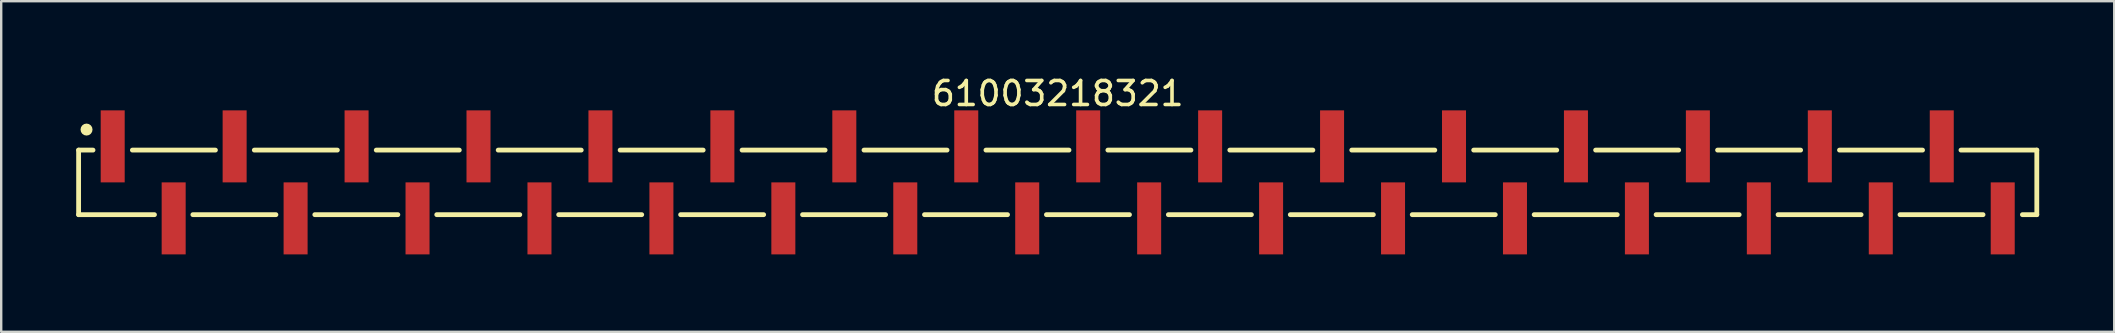
<source format=kicad_pcb>
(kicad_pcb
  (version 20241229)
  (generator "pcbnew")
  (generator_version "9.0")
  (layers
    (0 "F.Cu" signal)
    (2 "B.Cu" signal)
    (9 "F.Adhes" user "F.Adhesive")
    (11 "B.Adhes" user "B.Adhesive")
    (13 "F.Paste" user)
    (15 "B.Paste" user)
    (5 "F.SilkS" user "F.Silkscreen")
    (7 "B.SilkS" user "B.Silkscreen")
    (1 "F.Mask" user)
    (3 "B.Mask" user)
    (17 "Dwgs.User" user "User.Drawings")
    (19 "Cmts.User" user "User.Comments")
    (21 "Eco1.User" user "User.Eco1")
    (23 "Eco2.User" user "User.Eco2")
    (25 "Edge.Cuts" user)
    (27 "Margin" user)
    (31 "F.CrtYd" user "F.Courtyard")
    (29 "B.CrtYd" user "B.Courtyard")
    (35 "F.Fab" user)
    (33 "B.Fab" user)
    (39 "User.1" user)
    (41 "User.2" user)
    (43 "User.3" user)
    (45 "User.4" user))
  (footprint "61003218321"
    (layer "F.Cu")
    (at 41.015 4.548)
    (property "Reference" "61003218321" (at 0 -3.7 0) (layer "F.SilkS") (effects (font (size 1 1) (thickness 0.15))))
    (fp_line (start -40.79 -1.345) (end -40.19 -1.345) (stroke (width 0.2) (type solid)) (layer "F.SilkS"))
    (fp_line (start -40.79 1.345) (end -40.79 -1.345) (stroke (width 0.2) (type solid)) (layer "F.SilkS"))
    (fp_line (start -40.79 1.345) (end -37.63 1.345) (stroke (width 0.2) (type solid)) (layer "F.SilkS"))
    (fp_line (start -38.55 -1.345) (end -35.09 -1.345) (stroke (width 0.2) (type solid)) (layer "F.SilkS"))
    (fp_line (start -36.03 1.345) (end -32.57 1.345) (stroke (width 0.2) (type solid)) (layer "F.SilkS"))
    (fp_line (start -33.47 -1.345) (end -30.01 -1.345) (stroke (width 0.2) (type solid)) (layer "F.SilkS"))
    (fp_line (start -30.95 1.345) (end -27.49 1.345) (stroke (width 0.2) (type solid)) (layer "F.SilkS"))
    (fp_line (start -28.39 -1.345) (end -24.93 -1.345) (stroke (width 0.2) (type solid)) (layer "F.SilkS"))
    (fp_line (start -25.87 1.345) (end -22.41 1.345) (stroke (width 0.2) (type solid)) (layer "F.SilkS"))
    (fp_line (start -23.31 -1.345) (end -19.85 -1.345) (stroke (width 0.2) (type solid)) (layer "F.SilkS"))
    (fp_line (start -20.79 1.345) (end -17.33 1.345) (stroke (width 0.2) (type solid)) (layer "F.SilkS"))
    (fp_line (start -18.23 -1.345) (end -14.77 -1.345) (stroke (width 0.2) (type solid)) (layer "F.SilkS"))
    (fp_line (start -15.71 1.345) (end -12.25 1.345) (stroke (width 0.2) (type solid)) (layer "F.SilkS"))
    (fp_line (start -13.15 -1.345) (end -9.69 -1.345) (stroke (width 0.2) (type solid)) (layer "F.SilkS"))
    (fp_line (start -10.63 1.345) (end -7.17 1.345) (stroke (width 0.2) (type solid)) (layer "F.SilkS"))
    (fp_line (start -8.07 -1.345) (end -4.61 -1.345) (stroke (width 0.2) (type solid)) (layer "F.SilkS"))
    (fp_line (start -5.55 1.345) (end -2.09 1.345) (stroke (width 0.2) (type solid)) (layer "F.SilkS"))
    (fp_line (start -2.99 -1.345) (end 0.47 -1.345) (stroke (width 0.2) (type solid)) (layer "F.SilkS"))
    (fp_line (start -0.47 1.345) (end 2.99 1.345) (stroke (width 0.2) (type solid)) (layer "F.SilkS"))
    (fp_line (start 2.09 -1.345) (end 5.55 -1.345) (stroke (width 0.2) (type solid)) (layer "F.SilkS"))
    (fp_line (start 4.61 1.345) (end 8.07 1.345) (stroke (width 0.2) (type solid)) (layer "F.SilkS"))
    (fp_line (start 7.17 -1.345) (end 10.63 -1.345) (stroke (width 0.2) (type solid)) (layer "F.SilkS"))
    (fp_line (start 9.69 1.345) (end 13.15 1.345) (stroke (width 0.2) (type solid)) (layer "F.SilkS"))
    (fp_line (start 12.25 -1.345) (end 15.71 -1.345) (stroke (width 0.2) (type solid)) (layer "F.SilkS"))
    (fp_line (start 14.77 1.345) (end 18.23 1.345) (stroke (width 0.2) (type solid)) (layer "F.SilkS"))
    (fp_line (start 17.33 -1.345) (end 20.79 -1.345) (stroke (width 0.2) (type solid)) (layer "F.SilkS"))
    (fp_line (start 19.85 1.345) (end 23.31 1.345) (stroke (width 0.2) (type solid)) (layer "F.SilkS"))
    (fp_line (start 22.41 -1.345) (end 25.87 -1.345) (stroke (width 0.2) (type solid)) (layer "F.SilkS"))
    (fp_line (start 24.93 1.345) (end 28.39 1.345) (stroke (width 0.2) (type solid)) (layer "F.SilkS"))
    (fp_line (start 27.49 -1.345) (end 30.95 -1.345) (stroke (width 0.2) (type solid)) (layer "F.SilkS"))
    (fp_line (start 30.01 1.345) (end 33.47 1.345) (stroke (width 0.2) (type solid)) (layer "F.SilkS"))
    (fp_line (start 32.57 -1.345) (end 36.03 -1.345) (stroke (width 0.2) (type solid)) (layer "F.SilkS"))
    (fp_line (start 35.09 1.345) (end 38.55 1.345) (stroke (width 0.2) (type solid)) (layer "F.SilkS"))
    (fp_line (start 37.63 -1.345) (end 40.79 -1.345) (stroke (width 0.2) (type solid)) (layer "F.SilkS"))
    (fp_line (start 40.19 1.345) (end 40.79 1.345) (stroke (width 0.2) (type solid)) (layer "F.SilkS"))
    (fp_line (start 40.79 1.345) (end 40.79 -1.345) (stroke (width 0.2) (type solid)) (layer "F.SilkS"))
    (fp_circle (center -40.46 -2.2) (end -40.46 -2.325) (stroke (width 0.25) (type solid)) (fill no) (layer "F.SilkS"))
    (fp_line (start -40.99 -3.2) (end 40.99 -3.2) (stroke (width 0.05) (type solid)) (layer "Eco2.User"))
    (fp_line (start -40.99 3.2) (end -40.99 -3.2) (stroke (width 0.05) (type solid)) (layer "Eco2.User"))
    (fp_line (start -40.99 3.2) (end 40.99 3.2) (stroke (width 0.05) (type solid)) (layer "Eco2.User"))
    (fp_line (start -40.64 -1.27) (end 40.64 -1.27) (stroke (width 0.1) (type solid)) (layer "Eco2.User"))
    (fp_line (start -40.64 1.27) (end -40.64 -1.27) (stroke (width 0.1) (type solid)) (layer "Eco2.User"))
    (fp_line (start -40.64 1.27) (end 40.64 1.27) (stroke (width 0.1) (type solid)) (layer "Eco2.User"))
    (fp_line (start -39.69 -2.5) (end -39.05 -2.5) (stroke (width 0.1) (type solid)) (layer "Eco2.User"))
    (fp_line (start -39.69 -1.27) (end -39.69 -2.5) (stroke (width 0.1) (type solid)) (layer "Eco2.User"))
    (fp_line (start -39.05 -1.27) (end -39.05 -2.5) (stroke (width 0.1) (type solid)) (layer "Eco2.User"))
    (fp_line (start -37.15 2.5) (end -37.15 1.27) (stroke (width 0.1) (type solid)) (layer "Eco2.User"))
    (fp_line (start -37.15 2.5) (end -36.51 2.5) (stroke (width 0.1) (type solid)) (layer "Eco2.User"))
    (fp_line (start -36.51 2.5) (end -36.51 1.27) (stroke (width 0.1) (type solid)) (layer "Eco2.User"))
    (fp_line (start -34.61 -2.5) (end -33.97 -2.5) (stroke (width 0.1) (type solid)) (layer "Eco2.User"))
    (fp_line (start -34.61 -1.27) (end -34.61 -2.5) (stroke (width 0.1) (type solid)) (layer "Eco2.User"))
    (fp_line (start -33.97 -1.27) (end -33.97 -2.5) (stroke (width 0.1) (type solid)) (layer "Eco2.User"))
    (fp_line (start -32.07 2.5) (end -32.07 1.27) (stroke (width 0.1) (type solid)) (layer "Eco2.User"))
    (fp_line (start -32.07 2.5) (end -31.43 2.5) (stroke (width 0.1) (type solid)) (layer "Eco2.User"))
    (fp_line (start -31.43 2.5) (end -31.43 1.27) (stroke (width 0.1) (type solid)) (layer "Eco2.User"))
    (fp_line (start -29.53 -2.5) (end -28.89 -2.5) (stroke (width 0.1) (type solid)) (layer "Eco2.User"))
    (fp_line (start -29.53 -1.27) (end -29.53 -2.5) (stroke (width 0.1) (type solid)) (layer "Eco2.User"))
    (fp_line (start -28.89 -1.27) (end -28.89 -2.5) (stroke (width 0.1) (type solid)) (layer "Eco2.User"))
    (fp_line (start -26.99 2.5) (end -26.99 1.27) (stroke (width 0.1) (type solid)) (layer "Eco2.User"))
    (fp_line (start -26.99 2.5) (end -26.35 2.5) (stroke (width 0.1) (type solid)) (layer "Eco2.User"))
    (fp_line (start -26.35 2.5) (end -26.35 1.27) (stroke (width 0.1) (type solid)) (layer "Eco2.User"))
    (fp_line (start -24.45 -2.5) (end -23.81 -2.5) (stroke (width 0.1) (type solid)) (layer "Eco2.User"))
    (fp_line (start -24.45 -1.27) (end -24.45 -2.5) (stroke (width 0.1) (type solid)) (layer "Eco2.User"))
    (fp_line (start -23.81 -1.27) (end -23.81 -2.5) (stroke (width 0.1) (type solid)) (layer "Eco2.User"))
    (fp_line (start -21.91 2.5) (end -21.91 1.27) (stroke (width 0.1) (type solid)) (layer "Eco2.User"))
    (fp_line (start -21.91 2.5) (end -21.27 2.5) (stroke (width 0.1) (type solid)) (layer "Eco2.User"))
    (fp_line (start -21.27 2.5) (end -21.27 1.27) (stroke (width 0.1) (type solid)) (layer "Eco2.User"))
    (fp_line (start -19.37 -2.5) (end -18.73 -2.5) (stroke (width 0.1) (type solid)) (layer "Eco2.User"))
    (fp_line (start -19.37 -1.27) (end -19.37 -2.5) (stroke (width 0.1) (type solid)) (layer "Eco2.User"))
    (fp_line (start -18.73 -1.27) (end -18.73 -2.5) (stroke (width 0.1) (type solid)) (layer "Eco2.User"))
    (fp_line (start -16.83 2.5) (end -16.83 1.27) (stroke (width 0.1) (type solid)) (layer "Eco2.User"))
    (fp_line (start -16.83 2.5) (end -16.19 2.5) (stroke (width 0.1) (type solid)) (layer "Eco2.User"))
    (fp_line (start -16.19 2.5) (end -16.19 1.27) (stroke (width 0.1) (type solid)) (layer "Eco2.User"))
    (fp_line (start -14.29 -2.5) (end -13.65 -2.5) (stroke (width 0.1) (type solid)) (layer "Eco2.User"))
    (fp_line (start -14.29 -1.27) (end -14.29 -2.5) (stroke (width 0.1) (type solid)) (layer "Eco2.User"))
    (fp_line (start -13.65 -1.27) (end -13.65 -2.5) (stroke (width 0.1) (type solid)) (layer "Eco2.User"))
    (fp_line (start -11.75 2.5) (end -11.75 1.27) (stroke (width 0.1) (type solid)) (layer "Eco2.User"))
    (fp_line (start -11.75 2.5) (end -11.11 2.5) (stroke (width 0.1) (type solid)) (layer "Eco2.User"))
    (fp_line (start -11.11 2.5) (end -11.11 1.27) (stroke (width 0.1) (type solid)) (layer "Eco2.User"))
    (fp_line (start -9.21 -2.5) (end -8.57 -2.5) (stroke (width 0.1) (type solid)) (layer "Eco2.User"))
    (fp_line (start -9.21 -1.27) (end -9.21 -2.5) (stroke (width 0.1) (type solid)) (layer "Eco2.User"))
    (fp_line (start -8.57 -1.27) (end -8.57 -2.5) (stroke (width 0.1) (type solid)) (layer "Eco2.User"))
    (fp_line (start -6.67 2.5) (end -6.67 1.27) (stroke (width 0.1) (type solid)) (layer "Eco2.User"))
    (fp_line (start -6.67 2.5) (end -6.03 2.5) (stroke (width 0.1) (type solid)) (layer "Eco2.User"))
    (fp_line (start -6.03 2.5) (end -6.03 1.27) (stroke (width 0.1) (type solid)) (layer "Eco2.User"))
    (fp_line (start -4.13 -2.5) (end -3.49 -2.5) (stroke (width 0.1) (type solid)) (layer "Eco2.User"))
    (fp_line (start -4.13 -1.27) (end -4.13 -2.5) (stroke (width 0.1) (type solid)) (layer "Eco2.User"))
    (fp_line (start -3.49 -1.27) (end -3.49 -2.5) (stroke (width 0.1) (type solid)) (layer "Eco2.User"))
    (fp_line (start -1.59 2.5) (end -1.59 1.27) (stroke (width 0.1) (type solid)) (layer "Eco2.User"))
    (fp_line (start -1.59 2.5) (end -0.95 2.5) (stroke (width 0.1) (type solid)) (layer "Eco2.User"))
    (fp_line (start -0.95 2.5) (end -0.95 1.27) (stroke (width 0.1) (type solid)) (layer "Eco2.User"))
    (fp_line (start -0.5 0) (end 0.5 0) (stroke (width 0.05) (type solid)) (layer "Eco2.User"))
    (fp_line (start 0 0.5) (end 0 -0.5) (stroke (width 0.05) (type solid)) (layer "Eco2.User"))
    (fp_line (start 0.95 -2.5) (end 1.59 -2.5) (stroke (width 0.1) (type solid)) (layer "Eco2.User"))
    (fp_line (start 0.95 -1.27) (end 0.95 -2.5) (stroke (width 0.1) (type solid)) (layer "Eco2.User"))
    (fp_line (start 1.59 -1.27) (end 1.59 -2.5) (stroke (width 0.1) (type solid)) (layer "Eco2.User"))
    (fp_line (start 3.49 2.5) (end 3.49 1.27) (stroke (width 0.1) (type solid)) (layer "Eco2.User"))
    (fp_line (start 3.49 2.5) (end 4.13 2.5) (stroke (width 0.1) (type solid)) (layer "Eco2.User"))
    (fp_line (start 4.13 2.5) (end 4.13 1.27) (stroke (width 0.1) (type solid)) (layer "Eco2.User"))
    (fp_line (start 6.03 -2.5) (end 6.67 -2.5) (stroke (width 0.1) (type solid)) (layer "Eco2.User"))
    (fp_line (start 6.03 -1.27) (end 6.03 -2.5) (stroke (width 0.1) (type solid)) (layer "Eco2.User"))
    (fp_line (start 6.67 -1.27) (end 6.67 -2.5) (stroke (width 0.1) (type solid)) (layer "Eco2.User"))
    (fp_line (start 8.57 2.5) (end 8.57 1.27) (stroke (width 0.1) (type solid)) (layer "Eco2.User"))
    (fp_line (start 8.57 2.5) (end 9.21 2.5) (stroke (width 0.1) (type solid)) (layer "Eco2.User"))
    (fp_line (start 9.21 2.5) (end 9.21 1.27) (stroke (width 0.1) (type solid)) (layer "Eco2.User"))
    (fp_line (start 11.11 -2.5) (end 11.75 -2.5) (stroke (width 0.1) (type solid)) (layer "Eco2.User"))
    (fp_line (start 11.11 -1.27) (end 11.11 -2.5) (stroke (width 0.1) (type solid)) (layer "Eco2.User"))
    (fp_line (start 11.75 -1.27) (end 11.75 -2.5) (stroke (width 0.1) (type solid)) (layer "Eco2.User"))
    (fp_line (start 13.65 2.5) (end 13.65 1.27) (stroke (width 0.1) (type solid)) (layer "Eco2.User"))
    (fp_line (start 13.65 2.5) (end 14.29 2.5) (stroke (width 0.1) (type solid)) (layer "Eco2.User"))
    (fp_line (start 14.29 2.5) (end 14.29 1.27) (stroke (width 0.1) (type solid)) (layer "Eco2.User"))
    (fp_line (start 16.19 -2.5) (end 16.83 -2.5) (stroke (width 0.1) (type solid)) (layer "Eco2.User"))
    (fp_line (start 16.19 -1.27) (end 16.19 -2.5) (stroke (width 0.1) (type solid)) (layer "Eco2.User"))
    (fp_line (start 16.83 -1.27) (end 16.83 -2.5) (stroke (width 0.1) (type solid)) (layer "Eco2.User"))
    (fp_line (start 18.73 2.5) (end 18.73 1.27) (stroke (width 0.1) (type solid)) (layer "Eco2.User"))
    (fp_line (start 18.73 2.5) (end 19.37 2.5) (stroke (width 0.1) (type solid)) (layer "Eco2.User"))
    (fp_line (start 19.37 2.5) (end 19.37 1.27) (stroke (width 0.1) (type solid)) (layer "Eco2.User"))
    (fp_line (start 21.27 -2.5) (end 21.91 -2.5) (stroke (width 0.1) (type solid)) (layer "Eco2.User"))
    (fp_line (start 21.27 -1.27) (end 21.27 -2.5) (stroke (width 0.1) (type solid)) (layer "Eco2.User"))
    (fp_line (start 21.91 -1.27) (end 21.91 -2.5) (stroke (width 0.1) (type solid)) (layer "Eco2.User"))
    (fp_line (start 23.81 2.5) (end 23.81 1.27) (stroke (width 0.1) (type solid)) (layer "Eco2.User"))
    (fp_line (start 23.81 2.5) (end 24.45 2.5) (stroke (width 0.1) (type solid)) (layer "Eco2.User"))
    (fp_line (start 24.45 2.5) (end 24.45 1.27) (stroke (width 0.1) (type solid)) (layer "Eco2.User"))
    (fp_line (start 26.35 -2.5) (end 26.99 -2.5) (stroke (width 0.1) (type solid)) (layer "Eco2.User"))
    (fp_line (start 26.35 -1.27) (end 26.35 -2.5) (stroke (width 0.1) (type solid)) (layer "Eco2.User"))
    (fp_line (start 26.99 -1.27) (end 26.99 -2.5) (stroke (width 0.1) (type solid)) (layer "Eco2.User"))
    (fp_line (start 28.89 2.5) (end 28.89 1.27) (stroke (width 0.1) (type solid)) (layer "Eco2.User"))
    (fp_line (start 28.89 2.5) (end 29.53 2.5) (stroke (width 0.1) (type solid)) (layer "Eco2.User"))
    (fp_line (start 29.53 2.5) (end 29.53 1.27) (stroke (width 0.1) (type solid)) (layer "Eco2.User"))
    (fp_line (start 31.43 -2.5) (end 32.07 -2.5) (stroke (width 0.1) (type solid)) (layer "Eco2.User"))
    (fp_line (start 31.43 -1.27) (end 31.43 -2.5) (stroke (width 0.1) (type solid)) (layer "Eco2.User"))
    (fp_line (start 32.07 -1.27) (end 32.07 -2.5) (stroke (width 0.1) (type solid)) (layer "Eco2.User"))
    (fp_line (start 33.97 2.5) (end 33.97 1.27) (stroke (width 0.1) (type solid)) (layer "Eco2.User"))
    (fp_line (start 33.97 2.5) (end 34.61 2.5) (stroke (width 0.1) (type solid)) (layer "Eco2.User"))
    (fp_line (start 34.61 2.5) (end 34.61 1.27) (stroke (width 0.1) (type solid)) (layer "Eco2.User"))
    (fp_line (start 36.51 -2.5) (end 37.15 -2.5) (stroke (width 0.1) (type solid)) (layer "Eco2.User"))
    (fp_line (start 36.51 -1.27) (end 36.51 -2.5) (stroke (width 0.1) (type solid)) (layer "Eco2.User"))
    (fp_line (start 37.15 -1.27) (end 37.15 -2.5) (stroke (width 0.1) (type solid)) (layer "Eco2.User"))
    (fp_line (start 39.05 2.5) (end 39.05 1.27) (stroke (width 0.1) (type solid)) (layer "Eco2.User"))
    (fp_line (start 39.05 2.5) (end 39.69 2.5) (stroke (width 0.1) (type solid)) (layer "Eco2.User"))
    (fp_line (start 39.69 2.5) (end 39.69 1.27) (stroke (width 0.1) (type solid)) (layer "Eco2.User"))
    (fp_line (start 40.64 1.27) (end 40.64 -1.27) (stroke (width 0.1) (type solid)) (layer "Eco2.User"))
    (fp_line (start 40.99 3.2) (end 40.99 -3.2) (stroke (width 0.05) (type solid)) (layer "Eco2.User"))
    (fp_text user "${REFERENCE}" (at 0.15 -0.197 0) (unlocked yes) (layer "User.3") (effects (font (size 1.5 1.5) (thickness 0.15))))
    (pad "1" smd rect (at -39.37 -1.5) (size 1 3) (layers "F.Cu" "F.Mask" "F.Paste"))
    (pad "2" smd rect (at -36.83 1.5) (size 1 3) (layers "F.Cu" "F.Mask" "F.Paste"))
    (pad "3" smd rect (at -34.29 -1.5) (size 1 3) (layers "F.Cu" "F.Mask" "F.Paste"))
    (pad "4" smd rect (at -31.75 1.5) (size 1 3) (layers "F.Cu" "F.Mask" "F.Paste"))
    (pad "5" smd rect (at -29.21 -1.5) (size 1 3) (layers "F.Cu" "F.Mask" "F.Paste"))
    (pad "6" smd rect (at -26.67 1.5) (size 1 3) (layers "F.Cu" "F.Mask" "F.Paste"))
    (pad "7" smd rect (at -24.13 -1.5) (size 1 3) (layers "F.Cu" "F.Mask" "F.Paste"))
    (pad "8" smd rect (at -21.59 1.5) (size 1 3) (layers "F.Cu" "F.Mask" "F.Paste"))
    (pad "9" smd rect (at -19.05 -1.5) (size 1 3) (layers "F.Cu" "F.Mask" "F.Paste"))
    (pad "10" smd rect (at -16.51 1.5) (size 1 3) (layers "F.Cu" "F.Mask" "F.Paste"))
    (pad "11" smd rect (at -13.97 -1.5) (size 1 3) (layers "F.Cu" "F.Mask" "F.Paste"))
    (pad "12" smd rect (at -11.43 1.5) (size 1 3) (layers "F.Cu" "F.Mask" "F.Paste"))
    (pad "13" smd rect (at -8.89 -1.5) (size 1 3) (layers "F.Cu" "F.Mask" "F.Paste"))
    (pad "14" smd rect (at -6.35 1.5) (size 1 3) (layers "F.Cu" "F.Mask" "F.Paste"))
    (pad "15" smd rect (at -3.81 -1.5) (size 1 3) (layers "F.Cu" "F.Mask" "F.Paste"))
    (pad "16" smd rect (at -1.27 1.5) (size 1 3) (layers "F.Cu" "F.Mask" "F.Paste"))
    (pad "17" smd rect (at 1.27 -1.5) (size 1 3) (layers "F.Cu" "F.Mask" "F.Paste"))
    (pad "18" smd rect (at 3.81 1.5) (size 1 3) (layers "F.Cu" "F.Mask" "F.Paste"))
    (pad "19" smd rect (at 6.35 -1.5) (size 1 3) (layers "F.Cu" "F.Mask" "F.Paste"))
    (pad "20" smd rect (at 8.89 1.5) (size 1 3) (layers "F.Cu" "F.Mask" "F.Paste"))
    (pad "21" smd rect (at 11.43 -1.5) (size 1 3) (layers "F.Cu" "F.Mask" "F.Paste"))
    (pad "22" smd rect (at 13.97 1.5) (size 1 3) (layers "F.Cu" "F.Mask" "F.Paste"))
    (pad "23" smd rect (at 16.51 -1.5) (size 1 3) (layers "F.Cu" "F.Mask" "F.Paste"))
    (pad "24" smd rect (at 19.05 1.5) (size 1 3) (layers "F.Cu" "F.Mask" "F.Paste"))
    (pad "25" smd rect (at 21.59 -1.5) (size 1 3) (layers "F.Cu" "F.Mask" "F.Paste"))
    (pad "26" smd rect (at 24.13 1.5) (size 1 3) (layers "F.Cu" "F.Mask" "F.Paste"))
    (pad "27" smd rect (at 26.67 -1.5) (size 1 3) (layers "F.Cu" "F.Mask" "F.Paste"))
    (pad "28" smd rect (at 29.21 1.5) (size 1 3) (layers "F.Cu" "F.Mask" "F.Paste"))
    (pad "29" smd rect (at 31.75 -1.5) (size 1 3) (layers "F.Cu" "F.Mask" "F.Paste"))
    (pad "30" smd rect (at 34.29 1.5) (size 1 3) (layers "F.Cu" "F.Mask" "F.Paste"))
    (pad "31" smd rect (at 36.83 -1.5) (size 1 3) (layers "F.Cu" "F.Mask" "F.Paste"))
    (pad "32" smd rect (at 39.37 1.5) (size 1 3) (layers "F.Cu" "F.Mask" "F.Paste")))
  (gr_rect
    (start -3 -3)
    (end 85.03 10.773)
    (stroke (width 0.1) (type default))
    (fill no)
    (layer "Edge.Cuts")))
</source>
